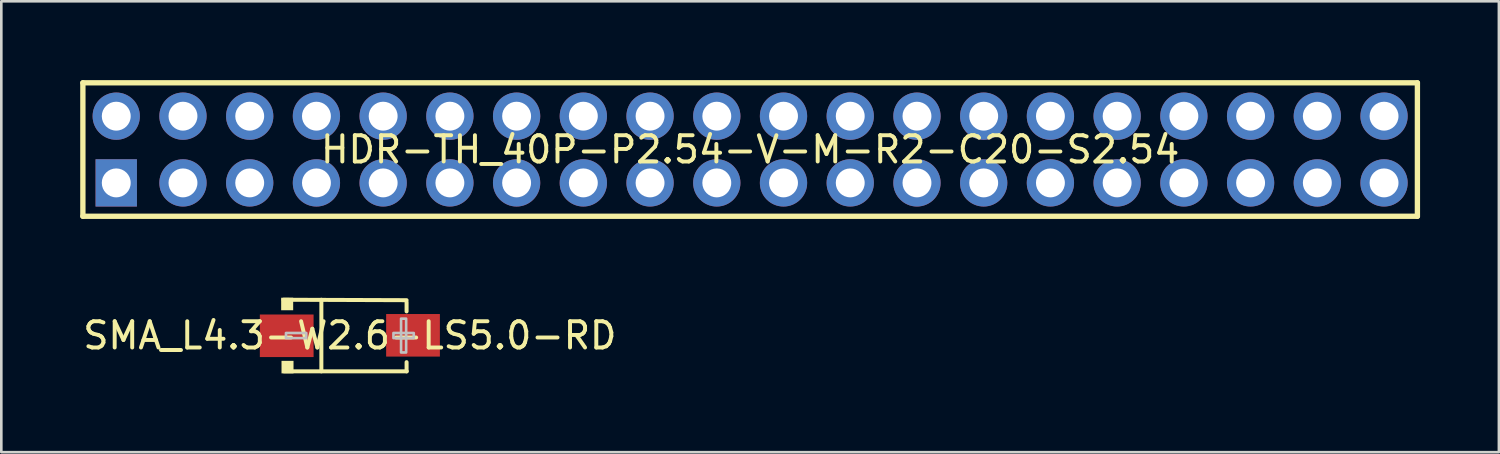
<source format=kicad_pcb>
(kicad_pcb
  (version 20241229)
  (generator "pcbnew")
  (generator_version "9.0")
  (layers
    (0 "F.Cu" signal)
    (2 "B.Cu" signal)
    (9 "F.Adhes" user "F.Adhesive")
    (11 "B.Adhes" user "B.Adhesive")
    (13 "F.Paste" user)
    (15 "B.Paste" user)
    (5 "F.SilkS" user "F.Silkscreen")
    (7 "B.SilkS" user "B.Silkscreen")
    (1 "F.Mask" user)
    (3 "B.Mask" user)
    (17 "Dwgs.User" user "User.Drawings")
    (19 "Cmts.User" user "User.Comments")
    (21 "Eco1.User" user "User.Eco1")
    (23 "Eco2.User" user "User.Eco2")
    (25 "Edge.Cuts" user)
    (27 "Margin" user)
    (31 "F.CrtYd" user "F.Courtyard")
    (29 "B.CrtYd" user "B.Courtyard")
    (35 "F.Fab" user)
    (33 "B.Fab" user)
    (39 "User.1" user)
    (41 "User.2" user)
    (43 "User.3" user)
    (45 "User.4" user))
  (footprint "SMA_L4.3-W2.6-LS5.0-RD"
    (layer "F.Cu")
    (at 10.268 9.723)
    (property "Reference" "SMA_L4.3-W2.6-LS5.0-RD" (at 0 0 0) (layer "F.SilkS") (effects (font (size 1 1) (thickness 0.15))))
    (fp_line (start -2.526 -1.363) (end 2.159 -1.346) (stroke (width 0.152) (type default)) (layer "F.SilkS"))
    (fp_line (start -2.503 1.363) (end 2.165 1.363) (stroke (width 0.152) (type default)) (layer "F.SilkS"))
    (fp_line (start -1.085 -1.363) (end -1.085 1.363) (stroke (width 0.152) (type default)) (layer "F.SilkS"))
    (fp_line (start 2.159 -1.27) (end 2.159 -0.919) (stroke (width 0.152) (type default)) (layer "F.SilkS"))
    (fp_line (start 2.159 1.363) (end 2.159 1.013) (stroke (width 0.152) (type default)) (layer "F.SilkS"))
    (fp_poly (pts (xy -2.158 -1.44) (xy -2.158 -0.963) (xy -2.615 -0.963) (xy -2.615 -1.44)) (stroke (width 0) (type default)) (fill yes) (layer "F.SilkS"))
    (fp_poly (pts (xy -2.145 1.44) (xy -2.145 0.963) (xy -2.602 0.963) (xy -2.602 1.44)) (stroke (width 0) (type default)) (fill yes) (layer "F.SilkS"))
    (fp_poly (pts (xy -2.432 0.097) (xy -2.432 -0.097) (xy -1.659 -0.097) (xy -1.659 0.097)) (stroke (width 0.1) (type default)) (fill no) (layer "Dwgs.User"))
    (fp_poly (pts (xy 2.142 0.644) (xy 2.142 -0.643) (xy 1.949 -0.643) (xy 1.949 0.644)) (stroke (width 0.1) (type default)) (fill no) (layer "Dwgs.User"))
    (fp_poly (pts (xy 2.432 0.097) (xy 2.432 -0.097) (xy 1.659 -0.097) (xy 1.659 0.097)) (stroke (width 0.1) (type default)) (fill no) (layer "Dwgs.User"))
    (fp_poly (pts (xy -2.5 -0.75) (xy -2.5 0.75) (xy -1.36 0.75) (xy -1.36 -0.75)) (stroke (width 0.1) (type default)) (fill no) (layer "User.1"))
    (fp_poly (pts (xy 2.499 0.75) (xy 2.499 -0.75) (xy 1.359 -0.75) (xy 1.359 0.75)) (stroke (width 0.1) (type default)) (fill no) (layer "User.1"))
    (fp_line (start -2.15 -1.3) (end 2.15 -1.3) (stroke (width 0.051) (type default)) (layer "User.2"))
    (fp_line (start -2.15 1.3) (end -2.15 -1.3) (stroke (width 0.051) (type default)) (layer "User.2"))
    (fp_line (start 2.15 -1.3) (end 2.15 1.3) (stroke (width 0.051) (type default)) (layer "User.2"))
    (fp_line (start 2.15 1.3) (end -2.15 1.3) (stroke (width 0.051) (type default)) (layer "User.2"))
    (fp_poly (pts (xy -2.445 1.277) (xy -2.477 1.245) (xy -2.523 1.245) (xy -2.555 1.277) (xy -2.555 1.323) (xy -2.523 1.355) (xy -2.477 1.355) (xy -2.445 1.323)) (stroke (width 0.1) (type default)) (fill no) (layer "User.3"))
    (pad "1" smd rect (at -2.404 0.009) (size 2.046 1.62) (layers "F.Cu" "F.Mask" "F.Paste"))
    (pad "2" smd rect (at 2.404 -0.009 180) (size 2.046 1.62) (layers "F.Cu" "F.Mask" "F.Paste")))
  (footprint "HDR-TH_40P-P2.54-V-M-R2-C20-S2.54"
    (layer "F.Cu")
    (at 25.505 2.642)
    (property "Reference" "HDR-TH_40P-P2.54-V-M-R2-C20-S2.54" (at 0 0 0) (layer "F.SilkS") (effects (font (size 1 1) (thickness 0.15))))
    (fp_line (start -25.4 -2.54) (end -25.4 2.54) (stroke (width 0.203) (type default)) (layer "F.SilkS"))
    (fp_line (start -25.4 2.54) (end 25.4 2.54) (stroke (width 0.203) (type default)) (layer "F.SilkS"))
    (fp_line (start 25.4 -2.54) (end -25.4 -2.54) (stroke (width 0.203) (type default)) (layer "F.SilkS"))
    (fp_line (start 25.4 2.54) (end 25.4 -2.54) (stroke (width 0.203) (type default)) (layer "F.SilkS"))
    (fp_poly (pts (xy -24.45 -1.59) (xy -23.81 -1.59) (xy -23.81 -0.95) (xy -24.45 -0.95)) (stroke (width 0.1) (type default)) (fill no) (layer "User.1"))
    (fp_poly (pts (xy -24.45 0.95) (xy -23.81 0.95) (xy -23.81 1.59) (xy -24.45 1.59)) (stroke (width 0.1) (type default)) (fill no) (layer "User.1"))
    (fp_poly (pts (xy -21.91 -1.59) (xy -21.27 -1.59) (xy -21.27 -0.95) (xy -21.91 -0.95)) (stroke (width 0.1) (type default)) (fill no) (layer "User.1"))
    (fp_poly (pts (xy -21.91 0.95) (xy -21.27 0.95) (xy -21.27 1.59) (xy -21.91 1.59)) (stroke (width 0.1) (type default)) (fill no) (layer "User.1"))
    (fp_poly (pts (xy -19.37 -1.59) (xy -18.73 -1.59) (xy -18.73 -0.95) (xy -19.37 -0.95)) (stroke (width 0.1) (type default)) (fill no) (layer "User.1"))
    (fp_poly (pts (xy -19.37 0.95) (xy -18.73 0.95) (xy -18.73 1.59) (xy -19.37 1.59)) (stroke (width 0.1) (type default)) (fill no) (layer "User.1"))
    (fp_poly (pts (xy -16.83 -1.59) (xy -16.19 -1.59) (xy -16.19 -0.95) (xy -16.83 -0.95)) (stroke (width 0.1) (type default)) (fill no) (layer "User.1"))
    (fp_poly (pts (xy -16.83 0.95) (xy -16.19 0.95) (xy -16.19 1.59) (xy -16.83 1.59)) (stroke (width 0.1) (type default)) (fill no) (layer "User.1"))
    (fp_poly (pts (xy -14.29 -1.59) (xy -13.65 -1.59) (xy -13.65 -0.95) (xy -14.29 -0.95)) (stroke (width 0.1) (type default)) (fill no) (layer "User.1"))
    (fp_poly (pts (xy -14.29 0.95) (xy -13.65 0.95) (xy -13.65 1.59) (xy -14.29 1.59)) (stroke (width 0.1) (type default)) (fill no) (layer "User.1"))
    (fp_poly (pts (xy -11.75 -1.59) (xy -11.11 -1.59) (xy -11.11 -0.95) (xy -11.75 -0.95)) (stroke (width 0.1) (type default)) (fill no) (layer "User.1"))
    (fp_poly (pts (xy -11.75 0.95) (xy -11.11 0.95) (xy -11.11 1.59) (xy -11.75 1.59)) (stroke (width 0.1) (type default)) (fill no) (layer "User.1"))
    (fp_poly (pts (xy -9.21 -1.59) (xy -8.57 -1.59) (xy -8.57 -0.95) (xy -9.21 -0.95)) (stroke (width 0.1) (type default)) (fill no) (layer "User.1"))
    (fp_poly (pts (xy -9.21 0.95) (xy -8.57 0.95) (xy -8.57 1.59) (xy -9.21 1.59)) (stroke (width 0.1) (type default)) (fill no) (layer "User.1"))
    (fp_poly (pts (xy -6.67 -1.59) (xy -6.03 -1.59) (xy -6.03 -0.95) (xy -6.67 -0.95)) (stroke (width 0.1) (type default)) (fill no) (layer "User.1"))
    (fp_poly (pts (xy -6.67 0.95) (xy -6.03 0.95) (xy -6.03 1.59) (xy -6.67 1.59)) (stroke (width 0.1) (type default)) (fill no) (layer "User.1"))
    (fp_poly (pts (xy -4.13 -1.59) (xy -3.49 -1.59) (xy -3.49 -0.95) (xy -4.13 -0.95)) (stroke (width 0.1) (type default)) (fill no) (layer "User.1"))
    (fp_poly (pts (xy -4.13 0.95) (xy -3.49 0.95) (xy -3.49 1.59) (xy -4.13 1.59)) (stroke (width 0.1) (type default)) (fill no) (layer "User.1"))
    (fp_poly (pts (xy -1.59 -1.59) (xy -0.95 -1.59) (xy -0.95 -0.95) (xy -1.59 -0.95)) (stroke (width 0.1) (type default)) (fill no) (layer "User.1"))
    (fp_poly (pts (xy -1.59 0.95) (xy -0.95 0.95) (xy -0.95 1.59) (xy -1.59 1.59)) (stroke (width 0.1) (type default)) (fill no) (layer "User.1"))
    (fp_poly (pts (xy 0.95 -1.59) (xy 1.59 -1.59) (xy 1.59 -0.95) (xy 0.95 -0.95)) (stroke (width 0.1) (type default)) (fill no) (layer "User.1"))
    (fp_poly (pts (xy 0.95 0.95) (xy 1.59 0.95) (xy 1.59 1.59) (xy 0.95 1.59)) (stroke (width 0.1) (type default)) (fill no) (layer "User.1"))
    (fp_poly (pts (xy 3.49 -1.59) (xy 4.13 -1.59) (xy 4.13 -0.95) (xy 3.49 -0.95)) (stroke (width 0.1) (type default)) (fill no) (layer "User.1"))
    (fp_poly (pts (xy 3.49 0.95) (xy 4.13 0.95) (xy 4.13 1.59) (xy 3.49 1.59)) (stroke (width 0.1) (type default)) (fill no) (layer "User.1"))
    (fp_poly (pts (xy 6.03 -1.59) (xy 6.67 -1.59) (xy 6.67 -0.95) (xy 6.03 -0.95)) (stroke (width 0.1) (type default)) (fill no) (layer "User.1"))
    (fp_poly (pts (xy 6.03 0.95) (xy 6.67 0.95) (xy 6.67 1.59) (xy 6.03 1.59)) (stroke (width 0.1) (type default)) (fill no) (layer "User.1"))
    (fp_poly (pts (xy 8.57 -1.59) (xy 9.21 -1.59) (xy 9.21 -0.95) (xy 8.57 -0.95)) (stroke (width 0.1) (type default)) (fill no) (layer "User.1"))
    (fp_poly (pts (xy 8.57 0.95) (xy 9.21 0.95) (xy 9.21 1.59) (xy 8.57 1.59)) (stroke (width 0.1) (type default)) (fill no) (layer "User.1"))
    (fp_poly (pts (xy 11.11 -1.59) (xy 11.75 -1.59) (xy 11.75 -0.95) (xy 11.11 -0.95)) (stroke (width 0.1) (type default)) (fill no) (layer "User.1"))
    (fp_poly (pts (xy 11.11 0.95) (xy 11.75 0.95) (xy 11.75 1.59) (xy 11.11 1.59)) (stroke (width 0.1) (type default)) (fill no) (layer "User.1"))
    (fp_poly (pts (xy 13.65 -1.59) (xy 14.29 -1.59) (xy 14.29 -0.95) (xy 13.65 -0.95)) (stroke (width 0.1) (type default)) (fill no) (layer "User.1"))
    (fp_poly (pts (xy 13.65 0.95) (xy 14.29 0.95) (xy 14.29 1.59) (xy 13.65 1.59)) (stroke (width 0.1) (type default)) (fill no) (layer "User.1"))
    (fp_poly (pts (xy 16.19 -1.59) (xy 16.83 -1.59) (xy 16.83 -0.95) (xy 16.19 -0.95)) (stroke (width 0.1) (type default)) (fill no) (layer "User.1"))
    (fp_poly (pts (xy 16.19 0.95) (xy 16.83 0.95) (xy 16.83 1.59) (xy 16.19 1.59)) (stroke (width 0.1) (type default)) (fill no) (layer "User.1"))
    (fp_poly (pts (xy 18.73 -1.59) (xy 19.37 -1.59) (xy 19.37 -0.95) (xy 18.73 -0.95)) (stroke (width 0.1) (type default)) (fill no) (layer "User.1"))
    (fp_poly (pts (xy 18.73 0.95) (xy 19.37 0.95) (xy 19.37 1.59) (xy 18.73 1.59)) (stroke (width 0.1) (type default)) (fill no) (layer "User.1"))
    (fp_poly (pts (xy 21.27 -1.59) (xy 21.91 -1.59) (xy 21.91 -0.95) (xy 21.27 -0.95)) (stroke (width 0.1) (type default)) (fill no) (layer "User.1"))
    (fp_poly (pts (xy 21.27 0.95) (xy 21.91 0.95) (xy 21.91 1.59) (xy 21.27 1.59)) (stroke (width 0.1) (type default)) (fill no) (layer "User.1"))
    (fp_poly (pts (xy 23.81 -1.59) (xy 24.45 -1.59) (xy 24.45 -0.95) (xy 23.81 -0.95)) (stroke (width 0.1) (type default)) (fill no) (layer "User.1"))
    (fp_poly (pts (xy 23.81 0.95) (xy 24.45 0.95) (xy 24.45 1.59) (xy 23.81 1.59)) (stroke (width 0.1) (type default)) (fill no) (layer "User.1"))
    (fp_line (start -25.4 -2.5) (end 25.4 -2.5) (stroke (width 0.051) (type default)) (layer "User.2"))
    (fp_line (start -25.4 2.5) (end -25.4 -2.5) (stroke (width 0.051) (type default)) (layer "User.2"))
    (fp_line (start 25.4 -2.5) (end 25.4 2.5) (stroke (width 0.051) (type default)) (layer "User.2"))
    (fp_line (start 25.4 2.5) (end -25.4 2.5) (stroke (width 0.051) (type default)) (layer "User.2"))
    (fp_poly (pts (xy -25.345 2.477) (xy -25.377 2.445) (xy -25.423 2.445) (xy -25.455 2.477) (xy -25.455 2.523) (xy -25.423 2.555) (xy -25.377 2.555) (xy -25.345 2.523)) (stroke (width 0.1) (type default)) (fill no) (layer "User.3"))
    (pad "1" thru_hole rect (at -24.13 1.27) (size 1.575 1.8) (drill 1.1) (layers "*.Cu" "*.Mask"))
    (pad "2" thru_hole circle (at -24.13 -1.27) (size 1.8 1.8) (drill 1.1) (layers "*.Cu" "*.Mask"))
    (pad "3" thru_hole circle (at -21.59 1.27) (size 1.8 1.8) (drill 1.1) (layers "*.Cu" "*.Mask"))
    (pad "4" thru_hole circle (at -21.59 -1.27) (size 1.8 1.8) (drill 1.1) (layers "*.Cu" "*.Mask"))
    (pad "5" thru_hole circle (at -19.05 1.27) (size 1.8 1.8) (drill 1.1) (layers "*.Cu" "*.Mask"))
    (pad "6" thru_hole circle (at -19.05 -1.27) (size 1.8 1.8) (drill 1.1) (layers "*.Cu" "*.Mask"))
    (pad "7" thru_hole circle (at -16.51 1.27) (size 1.8 1.8) (drill 1.1) (layers "*.Cu" "*.Mask"))
    (pad "8" thru_hole circle (at -16.51 -1.27) (size 1.8 1.8) (drill 1.1) (layers "*.Cu" "*.Mask"))
    (pad "9" thru_hole circle (at -13.97 1.27) (size 1.8 1.8) (drill 1.1) (layers "*.Cu" "*.Mask"))
    (pad "10" thru_hole circle (at -13.97 -1.27) (size 1.8 1.8) (drill 1.1) (layers "*.Cu" "*.Mask"))
    (pad "11" thru_hole circle (at -11.43 1.27) (size 1.8 1.8) (drill 1.1) (layers "*.Cu" "*.Mask"))
    (pad "12" thru_hole circle (at -11.43 -1.27) (size 1.8 1.8) (drill 1.1) (layers "*.Cu" "*.Mask"))
    (pad "13" thru_hole circle (at -8.89 1.27) (size 1.8 1.8) (drill 1.1) (layers "*.Cu" "*.Mask"))
    (pad "14" thru_hole circle (at -8.89 -1.27) (size 1.8 1.8) (drill 1.1) (layers "*.Cu" "*.Mask"))
    (pad "15" thru_hole circle (at -6.35 1.27) (size 1.8 1.8) (drill 1.1) (layers "*.Cu" "*.Mask"))
    (pad "16" thru_hole circle (at -6.35 -1.27) (size 1.8 1.8) (drill 1.1) (layers "*.Cu" "*.Mask"))
    (pad "17" thru_hole circle (at -3.81 1.27) (size 1.8 1.8) (drill 1.1) (layers "*.Cu" "*.Mask"))
    (pad "18" thru_hole circle (at -3.81 -1.27) (size 1.8 1.8) (drill 1.1) (layers "*.Cu" "*.Mask"))
    (pad "19" thru_hole circle (at -1.27 1.27) (size 1.8 1.8) (drill 1.1) (layers "*.Cu" "*.Mask"))
    (pad "20" thru_hole circle (at -1.27 -1.27) (size 1.8 1.8) (drill 1.1) (layers "*.Cu" "*.Mask"))
    (pad "21" thru_hole circle (at 1.27 1.27) (size 1.8 1.8) (drill 1.1) (layers "*.Cu" "*.Mask"))
    (pad "22" thru_hole circle (at 1.27 -1.27) (size 1.8 1.8) (drill 1.1) (layers "*.Cu" "*.Mask"))
    (pad "23" thru_hole circle (at 3.81 1.27) (size 1.8 1.8) (drill 1.1) (layers "*.Cu" "*.Mask"))
    (pad "24" thru_hole circle (at 3.81 -1.27) (size 1.8 1.8) (drill 1.1) (layers "*.Cu" "*.Mask"))
    (pad "25" thru_hole circle (at 6.35 1.27) (size 1.8 1.8) (drill 1.1) (layers "*.Cu" "*.Mask"))
    (pad "26" thru_hole circle (at 6.35 -1.27) (size 1.8 1.8) (drill 1.1) (layers "*.Cu" "*.Mask"))
    (pad "27" thru_hole circle (at 8.89 1.27) (size 1.8 1.8) (drill 1.1) (layers "*.Cu" "*.Mask"))
    (pad "28" thru_hole circle (at 8.89 -1.27) (size 1.8 1.8) (drill 1.1) (layers "*.Cu" "*.Mask"))
    (pad "29" thru_hole circle (at 11.43 1.27) (size 1.8 1.8) (drill 1.1) (layers "*.Cu" "*.Mask"))
    (pad "30" thru_hole circle (at 11.43 -1.27) (size 1.8 1.8) (drill 1.1) (layers "*.Cu" "*.Mask"))
    (pad "31" thru_hole circle (at 13.97 1.27) (size 1.8 1.8) (drill 1.1) (layers "*.Cu" "*.Mask"))
    (pad "32" thru_hole circle (at 13.97 -1.27) (size 1.8 1.8) (drill 1.1) (layers "*.Cu" "*.Mask"))
    (pad "33" thru_hole circle (at 16.51 1.27) (size 1.8 1.8) (drill 1.1) (layers "*.Cu" "*.Mask"))
    (pad "34" thru_hole circle (at 16.51 -1.27) (size 1.8 1.8) (drill 1.1) (layers "*.Cu" "*.Mask"))
    (pad "35" thru_hole circle (at 19.05 1.27) (size 1.8 1.8) (drill 1.1) (layers "*.Cu" "*.Mask"))
    (pad "36" thru_hole circle (at 19.05 -1.27) (size 1.8 1.8) (drill 1.1) (layers "*.Cu" "*.Mask"))
    (pad "37" thru_hole circle (at 21.59 1.27) (size 1.8 1.8) (drill 1.1) (layers "*.Cu" "*.Mask"))
    (pad "38" thru_hole circle (at 21.59 -1.27) (size 1.8 1.8) (drill 1.1) (layers "*.Cu" "*.Mask"))
    (pad "39" thru_hole circle (at 24.13 1.27) (size 1.8 1.8) (drill 1.1) (layers "*.Cu" "*.Mask"))
    (pad "40" thru_hole circle (at 24.13 -1.27) (size 1.8 1.8) (drill 1.1) (layers "*.Cu" "*.Mask")))
  (gr_rect
    (start -3 -3)
    (end 54.007 14.163)
    (stroke (width 0.1) (type default))
    (fill no)
    (layer "Edge.Cuts")))
</source>
